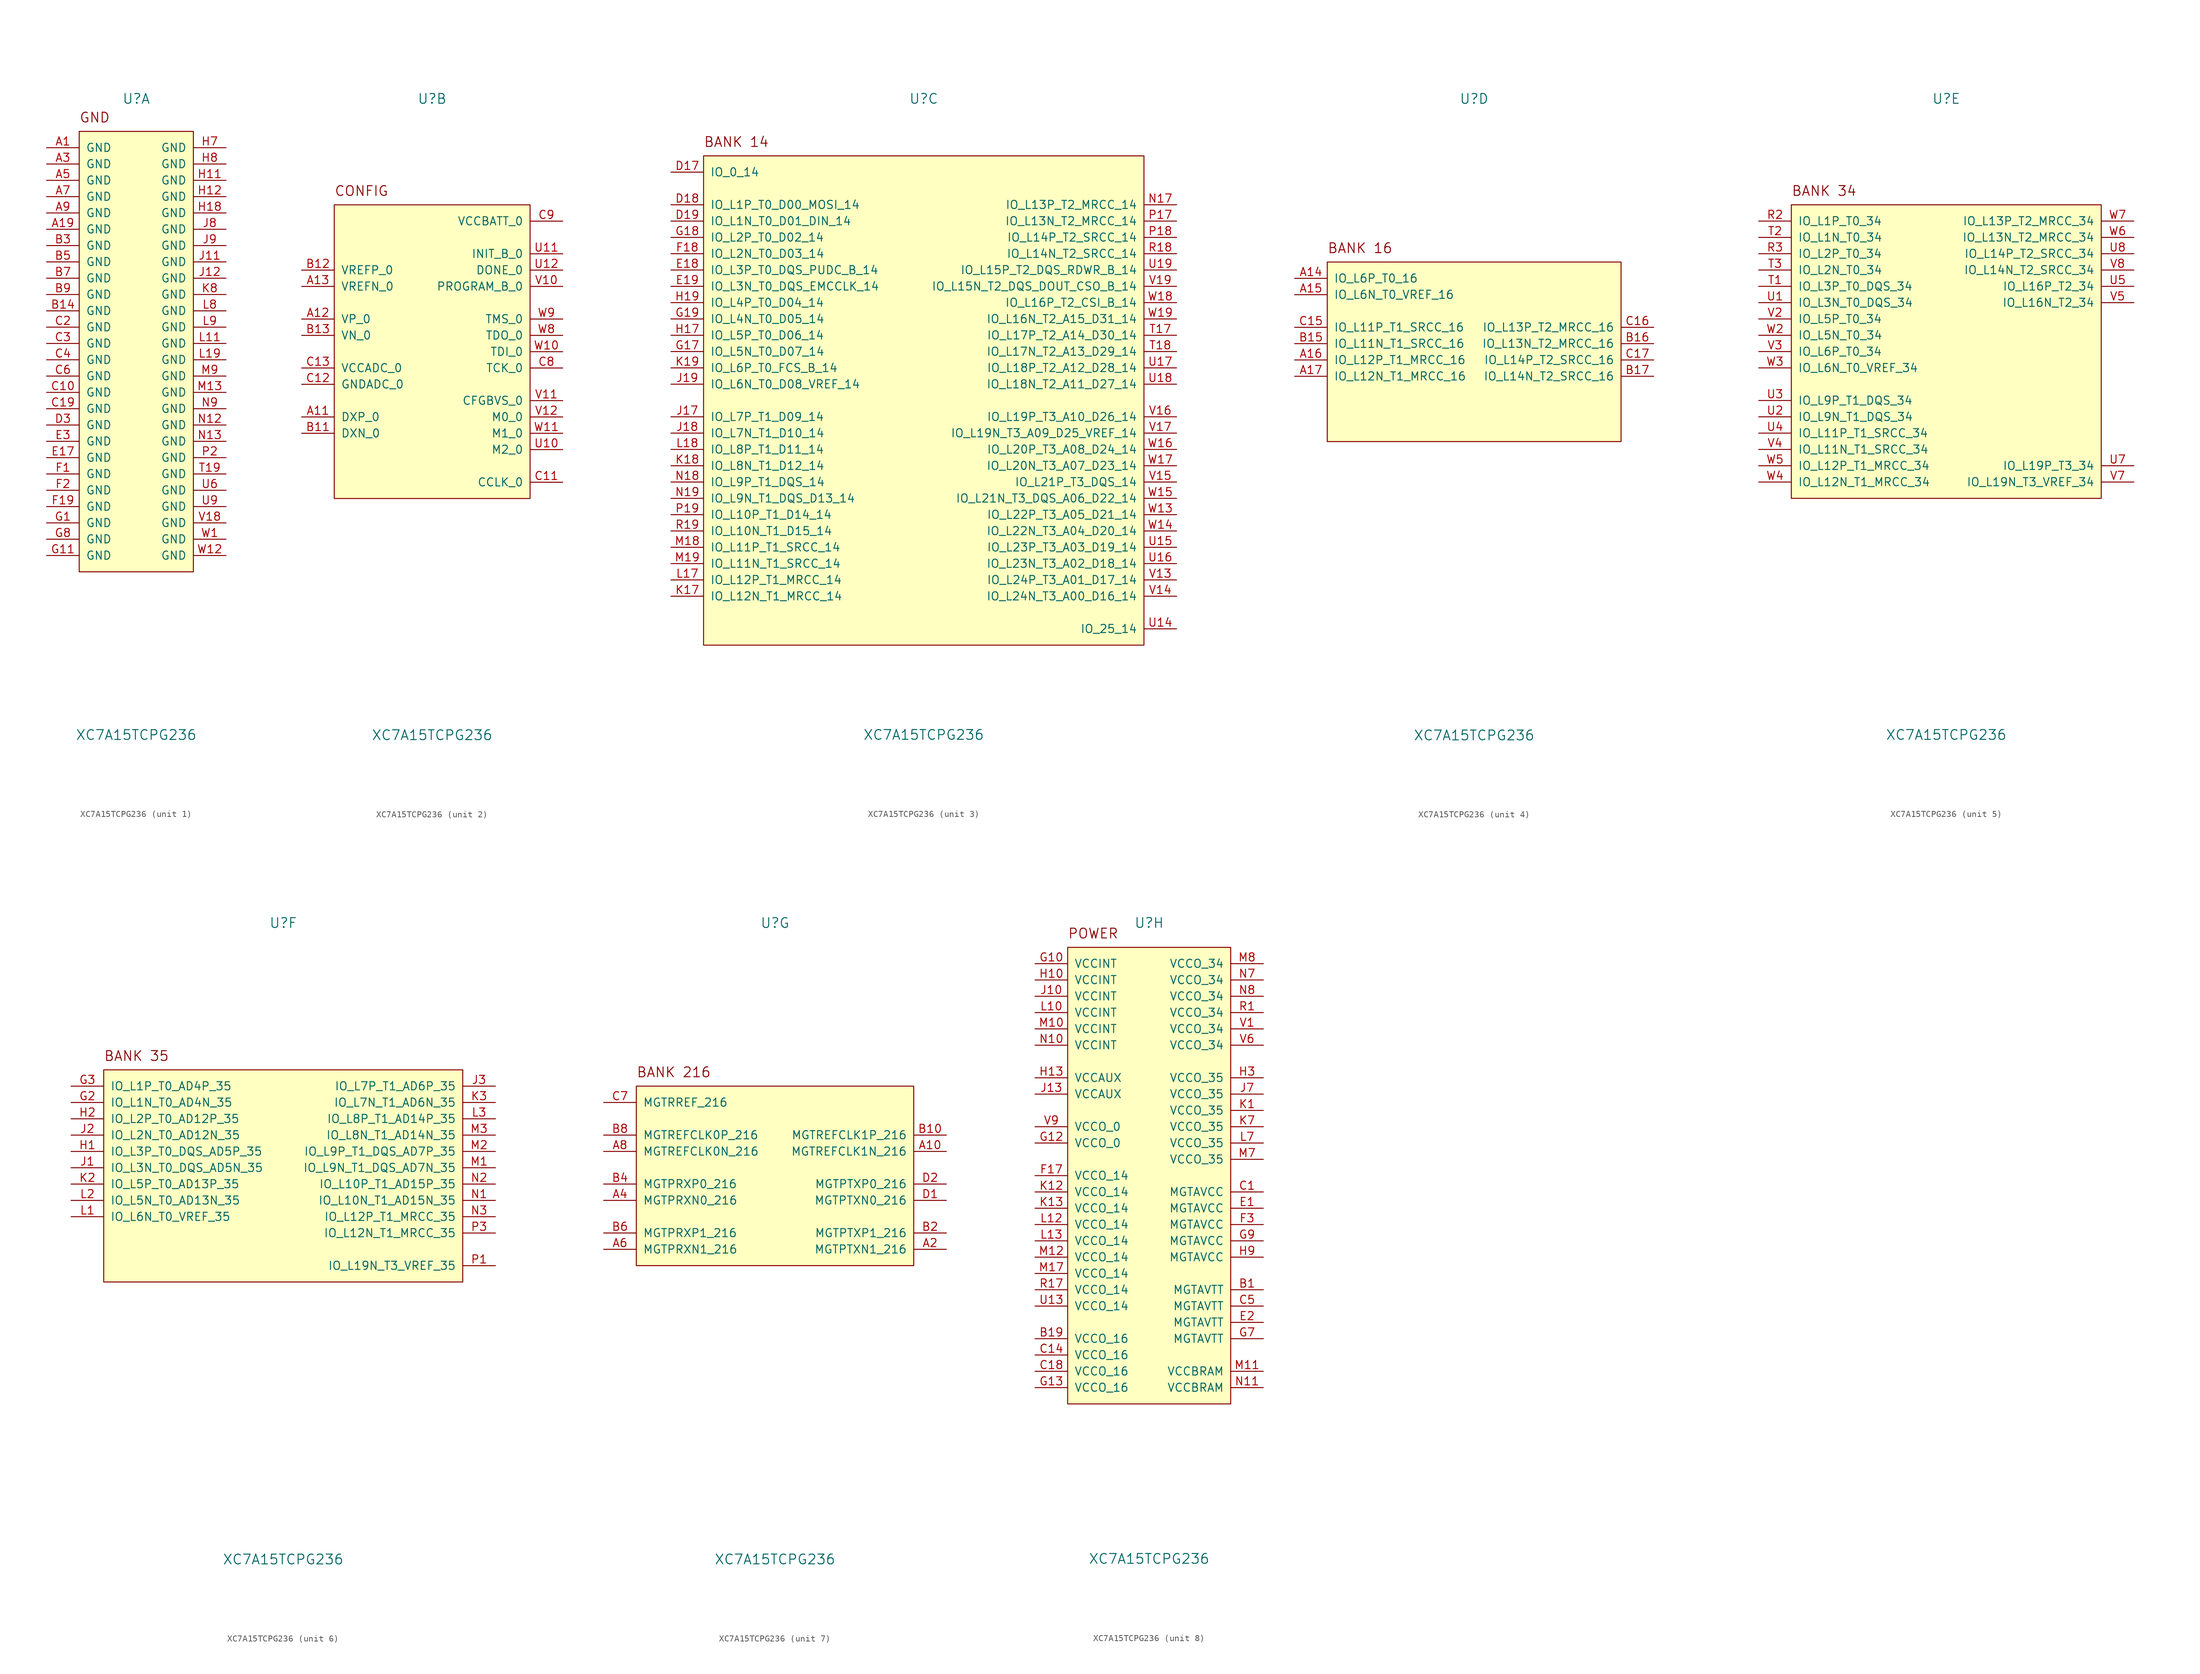
<source format=kicad_sym>
(kicad_symbol_lib
  (version 20211014)
  (generator kicad_symbol_editor)
  (symbol "XC7A15TCPG236"
    (pin_names
      (offset 1.016))
    (property "Reference" "U"
      (at 0 39.37 0)
      (effects (font (size 1.524 1.524))))
    (property "Value" "XC7A15TCPG236"
      (at 0 -59.69 0)
      (effects (font (size 1.524 1.524))))
    (property "ki_locked" ""
      (at 0 0 0)
      (effects (font (size 1.27 1.27))))
    (symbol "XC7A15TCPG236_1_1"
      (rectangle (start -8.89 34.29) (end 8.89 -34.29) (stroke (width 0) (type default) (color 0 0 0 0)) (fill (type background)))
      (text "GND" (at -8.89 35.56 0) (effects (font (size 1.524 1.524)) (justify left bottom)))
      (pin input line (at -13.97 31.75 0) (length 5.08) (name "GND" (effects (font (size 1.27 1.27)))) (number "A1" (effects (font (size 1.27 1.27)))))
      (pin input line (at -13.97 19.05 0) (length 5.08) (name "GND" (effects (font (size 1.27 1.27)))) (number "A19" (effects (font (size 1.27 1.27)))))
      (pin input line (at -13.97 29.21 0) (length 5.08) (name "GND" (effects (font (size 1.27 1.27)))) (number "A3" (effects (font (size 1.27 1.27)))))
      (pin input line (at -13.97 26.67 0) (length 5.08) (name "GND" (effects (font (size 1.27 1.27)))) (number "A5" (effects (font (size 1.27 1.27)))))
      (pin input line (at -13.97 24.13 0) (length 5.08) (name "GND" (effects (font (size 1.27 1.27)))) (number "A7" (effects (font (size 1.27 1.27)))))
      (pin input line (at -13.97 21.59 0) (length 5.08) (name "GND" (effects (font (size 1.27 1.27)))) (number "A9" (effects (font (size 1.27 1.27)))))
      (pin input line (at -13.97 6.35 0) (length 5.08) (name "GND" (effects (font (size 1.27 1.27)))) (number "B14" (effects (font (size 1.27 1.27)))))
      (pin input line (at -13.97 16.51 0) (length 5.08) (name "GND" (effects (font (size 1.27 1.27)))) (number "B3" (effects (font (size 1.27 1.27)))))
      (pin input line (at -13.97 13.97 0) (length 5.08) (name "GND" (effects (font (size 1.27 1.27)))) (number "B5" (effects (font (size 1.27 1.27)))))
      (pin input line (at -13.97 11.43 0) (length 5.08) (name "GND" (effects (font (size 1.27 1.27)))) (number "B7" (effects (font (size 1.27 1.27)))))
      (pin input line (at -13.97 8.89 0) (length 5.08) (name "GND" (effects (font (size 1.27 1.27)))) (number "B9" (effects (font (size 1.27 1.27)))))
      (pin input line (at -13.97 -6.35 0) (length 5.08) (name "GND" (effects (font (size 1.27 1.27)))) (number "C10" (effects (font (size 1.27 1.27)))))
      (pin input line (at -13.97 -8.89 0) (length 5.08) (name "GND" (effects (font (size 1.27 1.27)))) (number "C19" (effects (font (size 1.27 1.27)))))
      (pin input line (at -13.97 3.81 0) (length 5.08) (name "GND" (effects (font (size 1.27 1.27)))) (number "C2" (effects (font (size 1.27 1.27)))))
      (pin input line (at -13.97 1.27 0) (length 5.08) (name "GND" (effects (font (size 1.27 1.27)))) (number "C3" (effects (font (size 1.27 1.27)))))
      (pin input line (at -13.97 -1.27 0) (length 5.08) (name "GND" (effects (font (size 1.27 1.27)))) (number "C4" (effects (font (size 1.27 1.27)))))
      (pin input line (at -13.97 -3.81 0) (length 5.08) (name "GND" (effects (font (size 1.27 1.27)))) (number "C6" (effects (font (size 1.27 1.27)))))
      (pin input line (at -13.97 -11.43 0) (length 5.08) (name "GND" (effects (font (size 1.27 1.27)))) (number "D3" (effects (font (size 1.27 1.27)))))
      (pin input line (at -13.97 -16.51 0) (length 5.08) (name "GND" (effects (font (size 1.27 1.27)))) (number "E17" (effects (font (size 1.27 1.27)))))
      (pin input line (at -13.97 -13.97 0) (length 5.08) (name "GND" (effects (font (size 1.27 1.27)))) (number "E3" (effects (font (size 1.27 1.27)))))
      (pin input line (at -13.97 -19.05 0) (length 5.08) (name "GND" (effects (font (size 1.27 1.27)))) (number "F1" (effects (font (size 1.27 1.27)))))
      (pin input line (at -13.97 -24.13 0) (length 5.08) (name "GND" (effects (font (size 1.27 1.27)))) (number "F19" (effects (font (size 1.27 1.27)))))
      (pin input line (at -13.97 -21.59 0) (length 5.08) (name "GND" (effects (font (size 1.27 1.27)))) (number "F2" (effects (font (size 1.27 1.27)))))
      (pin input line (at -13.97 -26.67 0) (length 5.08) (name "GND" (effects (font (size 1.27 1.27)))) (number "G1" (effects (font (size 1.27 1.27)))))
      (pin input line (at -13.97 -31.75 0) (length 5.08) (name "GND" (effects (font (size 1.27 1.27)))) (number "G11" (effects (font (size 1.27 1.27)))))
      (pin input line (at -13.97 -29.21 0) (length 5.08) (name "GND" (effects (font (size 1.27 1.27)))) (number "G8" (effects (font (size 1.27 1.27)))))
      (pin input line (at 13.97 26.67 180) (length 5.08) (name "GND" (effects (font (size 1.27 1.27)))) (number "H11" (effects (font (size 1.27 1.27)))))
      (pin input line (at 13.97 24.13 180) (length 5.08) (name "GND" (effects (font (size 1.27 1.27)))) (number "H12" (effects (font (size 1.27 1.27)))))
      (pin input line (at 13.97 21.59 180) (length 5.08) (name "GND" (effects (font (size 1.27 1.27)))) (number "H18" (effects (font (size 1.27 1.27)))))
      (pin input line (at 13.97 31.75 180) (length 5.08) (name "GND" (effects (font (size 1.27 1.27)))) (number "H7" (effects (font (size 1.27 1.27)))))
      (pin input line (at 13.97 29.21 180) (length 5.08) (name "GND" (effects (font (size 1.27 1.27)))) (number "H8" (effects (font (size 1.27 1.27)))))
      (pin input line (at 13.97 13.97 180) (length 5.08) (name "GND" (effects (font (size 1.27 1.27)))) (number "J11" (effects (font (size 1.27 1.27)))))
      (pin input line (at 13.97 11.43 180) (length 5.08) (name "GND" (effects (font (size 1.27 1.27)))) (number "J12" (effects (font (size 1.27 1.27)))))
      (pin input line (at 13.97 19.05 180) (length 5.08) (name "GND" (effects (font (size 1.27 1.27)))) (number "J8" (effects (font (size 1.27 1.27)))))
      (pin input line (at 13.97 16.51 180) (length 5.08) (name "GND" (effects (font (size 1.27 1.27)))) (number "J9" (effects (font (size 1.27 1.27)))))
      (pin input line (at 13.97 8.89 180) (length 5.08) (name "GND" (effects (font (size 1.27 1.27)))) (number "K8" (effects (font (size 1.27 1.27)))))
      (pin input line (at 13.97 1.27 180) (length 5.08) (name "GND" (effects (font (size 1.27 1.27)))) (number "L11" (effects (font (size 1.27 1.27)))))
      (pin input line (at 13.97 -1.27 180) (length 5.08) (name "GND" (effects (font (size 1.27 1.27)))) (number "L19" (effects (font (size 1.27 1.27)))))
      (pin input line (at 13.97 6.35 180) (length 5.08) (name "GND" (effects (font (size 1.27 1.27)))) (number "L8" (effects (font (size 1.27 1.27)))))
      (pin input line (at 13.97 3.81 180) (length 5.08) (name "GND" (effects (font (size 1.27 1.27)))) (number "L9" (effects (font (size 1.27 1.27)))))
      (pin input line (at 13.97 -6.35 180) (length 5.08) (name "GND" (effects (font (size 1.27 1.27)))) (number "M13" (effects (font (size 1.27 1.27)))))
      (pin input line (at 13.97 -3.81 180) (length 5.08) (name "GND" (effects (font (size 1.27 1.27)))) (number "M9" (effects (font (size 1.27 1.27)))))
      (pin input line (at 13.97 -11.43 180) (length 5.08) (name "GND" (effects (font (size 1.27 1.27)))) (number "N12" (effects (font (size 1.27 1.27)))))
      (pin input line (at 13.97 -13.97 180) (length 5.08) (name "GND" (effects (font (size 1.27 1.27)))) (number "N13" (effects (font (size 1.27 1.27)))))
      (pin input line (at 13.97 -8.89 180) (length 5.08) (name "GND" (effects (font (size 1.27 1.27)))) (number "N9" (effects (font (size 1.27 1.27)))))
      (pin input line (at 13.97 -16.51 180) (length 5.08) (name "GND" (effects (font (size 1.27 1.27)))) (number "P2" (effects (font (size 1.27 1.27)))))
      (pin input line (at 13.97 -19.05 180) (length 5.08) (name "GND" (effects (font (size 1.27 1.27)))) (number "T19" (effects (font (size 1.27 1.27)))))
      (pin input line (at 13.97 -21.59 180) (length 5.08) (name "GND" (effects (font (size 1.27 1.27)))) (number "U6" (effects (font (size 1.27 1.27)))))
      (pin input line (at 13.97 -24.13 180) (length 5.08) (name "GND" (effects (font (size 1.27 1.27)))) (number "U9" (effects (font (size 1.27 1.27)))))
      (pin input line (at 13.97 -26.67 180) (length 5.08) (name "GND" (effects (font (size 1.27 1.27)))) (number "V18" (effects (font (size 1.27 1.27)))))
      (pin input line (at 13.97 -29.21 180) (length 5.08) (name "GND" (effects (font (size 1.27 1.27)))) (number "W1" (effects (font (size 1.27 1.27)))))
      (pin input line (at 13.97 -31.75 180) (length 5.08) (name "GND" (effects (font (size 1.27 1.27)))) (number "W12" (effects (font (size 1.27 1.27))))))
    (symbol "XC7A15TCPG236_2_1"
      (rectangle (start 15.24 22.86) (end -15.24 -22.86) (stroke (width 0) (type default) (color 0 0 0 0)) (fill (type background)))
      (text "CONFIG" (at -15.24 24.13 0) (effects (font (size 1.524 1.524)) (justify left bottom)))
      (pin input line (at -20.32 -10.16 0) (length 5.08) (name "DXP_0" (effects (font (size 1.27 1.27)))) (number "A11" (effects (font (size 1.27 1.27)))))
      (pin input line (at -20.32 5.08 0) (length 5.08) (name "VP_0" (effects (font (size 1.27 1.27)))) (number "A12" (effects (font (size 1.27 1.27)))))
      (pin input line (at -20.32 10.16 0) (length 5.08) (name "VREFN_0" (effects (font (size 1.27 1.27)))) (number "A13" (effects (font (size 1.27 1.27)))))
      (pin input line (at -20.32 -12.7 0) (length 5.08) (name "DXN_0" (effects (font (size 1.27 1.27)))) (number "B11" (effects (font (size 1.27 1.27)))))
      (pin input line (at -20.32 12.7 0) (length 5.08) (name "VREFP_0" (effects (font (size 1.27 1.27)))) (number "B12" (effects (font (size 1.27 1.27)))))
      (pin input line (at -20.32 2.54 0) (length 5.08) (name "VN_0" (effects (font (size 1.27 1.27)))) (number "B13" (effects (font (size 1.27 1.27)))))
      (pin input line (at 20.32 -20.32 180) (length 5.08) (name "CCLK_0" (effects (font (size 1.27 1.27)))) (number "C11" (effects (font (size 1.27 1.27)))))
      (pin input line (at -20.32 -5.08 0) (length 5.08) (name "GNDADC_0" (effects (font (size 1.27 1.27)))) (number "C12" (effects (font (size 1.27 1.27)))))
      (pin input line (at -20.32 -2.54 0) (length 5.08) (name "VCCADC_0" (effects (font (size 1.27 1.27)))) (number "C13" (effects (font (size 1.27 1.27)))))
      (pin input line (at 20.32 -2.54 180) (length 5.08) (name "TCK_0" (effects (font (size 1.27 1.27)))) (number "C8" (effects (font (size 1.27 1.27)))))
      (pin input line (at 20.32 20.32 180) (length 5.08) (name "VCCBATT_0" (effects (font (size 1.27 1.27)))) (number "C9" (effects (font (size 1.27 1.27)))))
      (pin input line (at 20.32 -15.24 180) (length 5.08) (name "M2_0" (effects (font (size 1.27 1.27)))) (number "U10" (effects (font (size 1.27 1.27)))))
      (pin input line (at 20.32 15.24 180) (length 5.08) (name "INIT_B_0" (effects (font (size 1.27 1.27)))) (number "U11" (effects (font (size 1.27 1.27)))))
      (pin input line (at 20.32 12.7 180) (length 5.08) (name "DONE_0" (effects (font (size 1.27 1.27)))) (number "U12" (effects (font (size 1.27 1.27)))))
      (pin input line (at 20.32 10.16 180) (length 5.08) (name "PROGRAM_B_0" (effects (font (size 1.27 1.27)))) (number "V10" (effects (font (size 1.27 1.27)))))
      (pin input line (at 20.32 -7.62 180) (length 5.08) (name "CFGBVS_0" (effects (font (size 1.27 1.27)))) (number "V11" (effects (font (size 1.27 1.27)))))
      (pin input line (at 20.32 -10.16 180) (length 5.08) (name "M0_0" (effects (font (size 1.27 1.27)))) (number "V12" (effects (font (size 1.27 1.27)))))
      (pin input line (at 20.32 0 180) (length 5.08) (name "TDI_0" (effects (font (size 1.27 1.27)))) (number "W10" (effects (font (size 1.27 1.27)))))
      (pin input line (at 20.32 -12.7 180) (length 5.08) (name "M1_0" (effects (font (size 1.27 1.27)))) (number "W11" (effects (font (size 1.27 1.27)))))
      (pin input line (at 20.32 2.54 180) (length 5.08) (name "TDO_0" (effects (font (size 1.27 1.27)))) (number "W8" (effects (font (size 1.27 1.27)))))
      (pin input line (at 20.32 5.08 180) (length 5.08) (name "TMS_0" (effects (font (size 1.27 1.27)))) (number "W9" (effects (font (size 1.27 1.27))))))
    (symbol "XC7A15TCPG236_3_1"
      (rectangle (start -34.29 30.48) (end 34.29 -45.72) (stroke (width 0) (type default) (color 0 0 0 0)) (fill (type background)))
      (text "BANK 14" (at -34.29 31.75 0) (effects (font (size 1.524 1.524)) (justify left bottom)))
      (pin input line (at -39.37 27.94 0) (length 5.08) (name "IO_0_14" (effects (font (size 1.27 1.27)))) (number "D17" (effects (font (size 1.27 1.27)))))
      (pin input line (at -39.37 22.86 0) (length 5.08) (name "IO_L1P_T0_D00_MOSI_14" (effects (font (size 1.27 1.27)))) (number "D18" (effects (font (size 1.27 1.27)))))
      (pin input line (at -39.37 20.32 0) (length 5.08) (name "IO_L1N_T0_D01_DIN_14" (effects (font (size 1.27 1.27)))) (number "D19" (effects (font (size 1.27 1.27)))))
      (pin input line (at -39.37 12.7 0) (length 5.08) (name "IO_L3P_T0_DQS_PUDC_B_14" (effects (font (size 1.27 1.27)))) (number "E18" (effects (font (size 1.27 1.27)))))
      (pin input line (at -39.37 10.16 0) (length 5.08) (name "IO_L3N_T0_DQS_EMCCLK_14" (effects (font (size 1.27 1.27)))) (number "E19" (effects (font (size 1.27 1.27)))))
      (pin input line (at -39.37 15.24 0) (length 5.08) (name "IO_L2N_T0_D03_14" (effects (font (size 1.27 1.27)))) (number "F18" (effects (font (size 1.27 1.27)))))
      (pin input line (at -39.37 0 0) (length 5.08) (name "IO_L5N_T0_D07_14" (effects (font (size 1.27 1.27)))) (number "G17" (effects (font (size 1.27 1.27)))))
      (pin input line (at -39.37 17.78 0) (length 5.08) (name "IO_L2P_T0_D02_14" (effects (font (size 1.27 1.27)))) (number "G18" (effects (font (size 1.27 1.27)))))
      (pin input line (at -39.37 5.08 0) (length 5.08) (name "IO_L4N_T0_D05_14" (effects (font (size 1.27 1.27)))) (number "G19" (effects (font (size 1.27 1.27)))))
      (pin input line (at -39.37 2.54 0) (length 5.08) (name "IO_L5P_T0_D06_14" (effects (font (size 1.27 1.27)))) (number "H17" (effects (font (size 1.27 1.27)))))
      (pin input line (at -39.37 7.62 0) (length 5.08) (name "IO_L4P_T0_D04_14" (effects (font (size 1.27 1.27)))) (number "H19" (effects (font (size 1.27 1.27)))))
      (pin input line (at -39.37 -10.16 0) (length 5.08) (name "IO_L7P_T1_D09_14" (effects (font (size 1.27 1.27)))) (number "J17" (effects (font (size 1.27 1.27)))))
      (pin input line (at -39.37 -12.7 0) (length 5.08) (name "IO_L7N_T1_D10_14" (effects (font (size 1.27 1.27)))) (number "J18" (effects (font (size 1.27 1.27)))))
      (pin input line (at -39.37 -5.08 0) (length 5.08) (name "IO_L6N_T0_D08_VREF_14" (effects (font (size 1.27 1.27)))) (number "J19" (effects (font (size 1.27 1.27)))))
      (pin input line (at -39.37 -38.1 0) (length 5.08) (name "IO_L12N_T1_MRCC_14" (effects (font (size 1.27 1.27)))) (number "K17" (effects (font (size 1.27 1.27)))))
      (pin input line (at -39.37 -17.78 0) (length 5.08) (name "IO_L8N_T1_D12_14" (effects (font (size 1.27 1.27)))) (number "K18" (effects (font (size 1.27 1.27)))))
      (pin input line (at -39.37 -2.54 0) (length 5.08) (name "IO_L6P_T0_FCS_B_14" (effects (font (size 1.27 1.27)))) (number "K19" (effects (font (size 1.27 1.27)))))
      (pin input line (at -39.37 -35.56 0) (length 5.08) (name "IO_L12P_T1_MRCC_14" (effects (font (size 1.27 1.27)))) (number "L17" (effects (font (size 1.27 1.27)))))
      (pin input line (at -39.37 -15.24 0) (length 5.08) (name "IO_L8P_T1_D11_14" (effects (font (size 1.27 1.27)))) (number "L18" (effects (font (size 1.27 1.27)))))
      (pin input line (at -39.37 -30.48 0) (length 5.08) (name "IO_L11P_T1_SRCC_14" (effects (font (size 1.27 1.27)))) (number "M18" (effects (font (size 1.27 1.27)))))
      (pin input line (at -39.37 -33.02 0) (length 5.08) (name "IO_L11N_T1_SRCC_14" (effects (font (size 1.27 1.27)))) (number "M19" (effects (font (size 1.27 1.27)))))
      (pin input line (at 39.37 22.86 180) (length 5.08) (name "IO_L13P_T2_MRCC_14" (effects (font (size 1.27 1.27)))) (number "N17" (effects (font (size 1.27 1.27)))))
      (pin input line (at -39.37 -20.32 0) (length 5.08) (name "IO_L9P_T1_DQS_14" (effects (font (size 1.27 1.27)))) (number "N18" (effects (font (size 1.27 1.27)))))
      (pin input line (at -39.37 -22.86 0) (length 5.08) (name "IO_L9N_T1_DQS_D13_14" (effects (font (size 1.27 1.27)))) (number "N19" (effects (font (size 1.27 1.27)))))
      (pin input line (at 39.37 20.32 180) (length 5.08) (name "IO_L13N_T2_MRCC_14" (effects (font (size 1.27 1.27)))) (number "P17" (effects (font (size 1.27 1.27)))))
      (pin input line (at 39.37 17.78 180) (length 5.08) (name "IO_L14P_T2_SRCC_14" (effects (font (size 1.27 1.27)))) (number "P18" (effects (font (size 1.27 1.27)))))
      (pin input line (at -39.37 -25.4 0) (length 5.08) (name "IO_L10P_T1_D14_14" (effects (font (size 1.27 1.27)))) (number "P19" (effects (font (size 1.27 1.27)))))
      (pin input line (at 39.37 15.24 180) (length 5.08) (name "IO_L14N_T2_SRCC_14" (effects (font (size 1.27 1.27)))) (number "R18" (effects (font (size 1.27 1.27)))))
      (pin input line (at -39.37 -27.94 0) (length 5.08) (name "IO_L10N_T1_D15_14" (effects (font (size 1.27 1.27)))) (number "R19" (effects (font (size 1.27 1.27)))))
      (pin input line (at 39.37 2.54 180) (length 5.08) (name "IO_L17P_T2_A14_D30_14" (effects (font (size 1.27 1.27)))) (number "T17" (effects (font (size 1.27 1.27)))))
      (pin input line (at 39.37 0 180) (length 5.08) (name "IO_L17N_T2_A13_D29_14" (effects (font (size 1.27 1.27)))) (number "T18" (effects (font (size 1.27 1.27)))))
      (pin input line (at 39.37 -43.18 180) (length 5.08) (name "IO_25_14" (effects (font (size 1.27 1.27)))) (number "U14" (effects (font (size 1.27 1.27)))))
      (pin input line (at 39.37 -30.48 180) (length 5.08) (name "IO_L23P_T3_A03_D19_14" (effects (font (size 1.27 1.27)))) (number "U15" (effects (font (size 1.27 1.27)))))
      (pin input line (at 39.37 -33.02 180) (length 5.08) (name "IO_L23N_T3_A02_D18_14" (effects (font (size 1.27 1.27)))) (number "U16" (effects (font (size 1.27 1.27)))))
      (pin input line (at 39.37 -2.54 180) (length 5.08) (name "IO_L18P_T2_A12_D28_14" (effects (font (size 1.27 1.27)))) (number "U17" (effects (font (size 1.27 1.27)))))
      (pin input line (at 39.37 -5.08 180) (length 5.08) (name "IO_L18N_T2_A11_D27_14" (effects (font (size 1.27 1.27)))) (number "U18" (effects (font (size 1.27 1.27)))))
      (pin input line (at 39.37 12.7 180) (length 5.08) (name "IO_L15P_T2_DQS_RDWR_B_14" (effects (font (size 1.27 1.27)))) (number "U19" (effects (font (size 1.27 1.27)))))
      (pin input line (at 39.37 -35.56 180) (length 5.08) (name "IO_L24P_T3_A01_D17_14" (effects (font (size 1.27 1.27)))) (number "V13" (effects (font (size 1.27 1.27)))))
      (pin input line (at 39.37 -38.1 180) (length 5.08) (name "IO_L24N_T3_A00_D16_14" (effects (font (size 1.27 1.27)))) (number "V14" (effects (font (size 1.27 1.27)))))
      (pin input line (at 39.37 -20.32 180) (length 5.08) (name "IO_L21P_T3_DQS_14" (effects (font (size 1.27 1.27)))) (number "V15" (effects (font (size 1.27 1.27)))))
      (pin input line (at 39.37 -10.16 180) (length 5.08) (name "IO_L19P_T3_A10_D26_14" (effects (font (size 1.27 1.27)))) (number "V16" (effects (font (size 1.27 1.27)))))
      (pin input line (at 39.37 -12.7 180) (length 5.08) (name "IO_L19N_T3_A09_D25_VREF_14" (effects (font (size 1.27 1.27)))) (number "V17" (effects (font (size 1.27 1.27)))))
      (pin input line (at 39.37 10.16 180) (length 5.08) (name "IO_L15N_T2_DQS_DOUT_CSO_B_14" (effects (font (size 1.27 1.27)))) (number "V19" (effects (font (size 1.27 1.27)))))
      (pin input line (at 39.37 -25.4 180) (length 5.08) (name "IO_L22P_T3_A05_D21_14" (effects (font (size 1.27 1.27)))) (number "W13" (effects (font (size 1.27 1.27)))))
      (pin input line (at 39.37 -27.94 180) (length 5.08) (name "IO_L22N_T3_A04_D20_14" (effects (font (size 1.27 1.27)))) (number "W14" (effects (font (size 1.27 1.27)))))
      (pin input line (at 39.37 -22.86 180) (length 5.08) (name "IO_L21N_T3_DQS_A06_D22_14" (effects (font (size 1.27 1.27)))) (number "W15" (effects (font (size 1.27 1.27)))))
      (pin input line (at 39.37 -15.24 180) (length 5.08) (name "IO_L20P_T3_A08_D24_14" (effects (font (size 1.27 1.27)))) (number "W16" (effects (font (size 1.27 1.27)))))
      (pin input line (at 39.37 -17.78 180) (length 5.08) (name "IO_L20N_T3_A07_D23_14" (effects (font (size 1.27 1.27)))) (number "W17" (effects (font (size 1.27 1.27)))))
      (pin input line (at 39.37 7.62 180) (length 5.08) (name "IO_L16P_T2_CSI_B_14" (effects (font (size 1.27 1.27)))) (number "W18" (effects (font (size 1.27 1.27)))))
      (pin input line (at 39.37 5.08 180) (length 5.08) (name "IO_L16N_T2_A15_D31_14" (effects (font (size 1.27 1.27)))) (number "W19" (effects (font (size 1.27 1.27))))))
    (symbol "XC7A15TCPG236_4_1"
      (rectangle (start -22.86 13.97) (end 22.86 -13.97) (stroke (width 0) (type default) (color 0 0 0 0)) (fill (type background)))
      (text "BANK 16" (at -22.86 15.24 0) (effects (font (size 1.524 1.524)) (justify left bottom)))
      (pin input line (at -27.94 11.43 0) (length 5.08) (name "IO_L6P_T0_16" (effects (font (size 1.27 1.27)))) (number "A14" (effects (font (size 1.27 1.27)))))
      (pin input line (at -27.94 8.89 0) (length 5.08) (name "IO_L6N_T0_VREF_16" (effects (font (size 1.27 1.27)))) (number "A15" (effects (font (size 1.27 1.27)))))
      (pin input line (at -27.94 -1.27 0) (length 5.08) (name "IO_L12P_T1_MRCC_16" (effects (font (size 1.27 1.27)))) (number "A16" (effects (font (size 1.27 1.27)))))
      (pin input line (at -27.94 -3.81 0) (length 5.08) (name "IO_L12N_T1_MRCC_16" (effects (font (size 1.27 1.27)))) (number "A17" (effects (font (size 1.27 1.27)))))
      (pin input line (at -27.94 1.27 0) (length 5.08) (name "IO_L11N_T1_SRCC_16" (effects (font (size 1.27 1.27)))) (number "B15" (effects (font (size 1.27 1.27)))))
      (pin input line (at 27.94 1.27 180) (length 5.08) (name "IO_L13N_T2_MRCC_16" (effects (font (size 1.27 1.27)))) (number "B16" (effects (font (size 1.27 1.27)))))
      (pin input line (at 27.94 -3.81 180) (length 5.08) (name "IO_L14N_T2_SRCC_16" (effects (font (size 1.27 1.27)))) (number "B17" (effects (font (size 1.27 1.27)))))
      (pin input line (at -27.94 3.81 0) (length 5.08) (name "IO_L11P_T1_SRCC_16" (effects (font (size 1.27 1.27)))) (number "C15" (effects (font (size 1.27 1.27)))))
      (pin input line (at 27.94 3.81 180) (length 5.08) (name "IO_L13P_T2_MRCC_16" (effects (font (size 1.27 1.27)))) (number "C16" (effects (font (size 1.27 1.27)))))
      (pin input line (at 27.94 -1.27 180) (length 5.08) (name "IO_L14P_T2_SRCC_16" (effects (font (size 1.27 1.27)))) (number "C17" (effects (font (size 1.27 1.27))))))
    (symbol "XC7A15TCPG236_5_0"
      (rectangle (start -24.13 22.86) (end 24.13 -22.86) (stroke (width 0) (type default) (color 0 0 0 0)) (fill (type background))))
    (symbol "XC7A15TCPG236_5_1"
      (text "BANK 34" (at -24.13 24.13 0) (effects (font (size 1.524 1.524)) (justify left bottom)))
      (pin input line (at -29.21 20.32 0) (length 5.08) (name "IO_L1P_T0_34" (effects (font (size 1.27 1.27)))) (number "R2" (effects (font (size 1.27 1.27)))))
      (pin input line (at -29.21 15.24 0) (length 5.08) (name "IO_L2P_T0_34" (effects (font (size 1.27 1.27)))) (number "R3" (effects (font (size 1.27 1.27)))))
      (pin input line (at -29.21 10.16 0) (length 5.08) (name "IO_L3P_T0_DQS_34" (effects (font (size 1.27 1.27)))) (number "T1" (effects (font (size 1.27 1.27)))))
      (pin input line (at -29.21 17.78 0) (length 5.08) (name "IO_L1N_T0_34" (effects (font (size 1.27 1.27)))) (number "T2" (effects (font (size 1.27 1.27)))))
      (pin input line (at -29.21 12.7 0) (length 5.08) (name "IO_L2N_T0_34" (effects (font (size 1.27 1.27)))) (number "T3" (effects (font (size 1.27 1.27)))))
      (pin input line (at -29.21 7.62 0) (length 5.08) (name "IO_L3N_T0_DQS_34" (effects (font (size 1.27 1.27)))) (number "U1" (effects (font (size 1.27 1.27)))))
      (pin input line (at -29.21 -10.16 0) (length 5.08) (name "IO_L9N_T1_DQS_34" (effects (font (size 1.27 1.27)))) (number "U2" (effects (font (size 1.27 1.27)))))
      (pin input line (at -29.21 -7.62 0) (length 5.08) (name "IO_L9P_T1_DQS_34" (effects (font (size 1.27 1.27)))) (number "U3" (effects (font (size 1.27 1.27)))))
      (pin input line (at -29.21 -12.7 0) (length 5.08) (name "IO_L11P_T1_SRCC_34" (effects (font (size 1.27 1.27)))) (number "U4" (effects (font (size 1.27 1.27)))))
      (pin input line (at 29.21 10.16 180) (length 5.08) (name "IO_L16P_T2_34" (effects (font (size 1.27 1.27)))) (number "U5" (effects (font (size 1.27 1.27)))))
      (pin input line (at 29.21 -17.78 180) (length 5.08) (name "IO_L19P_T3_34" (effects (font (size 1.27 1.27)))) (number "U7" (effects (font (size 1.27 1.27)))))
      (pin input line (at 29.21 15.24 180) (length 5.08) (name "IO_L14P_T2_SRCC_34" (effects (font (size 1.27 1.27)))) (number "U8" (effects (font (size 1.27 1.27)))))
      (pin input line (at -29.21 5.08 0) (length 5.08) (name "IO_L5P_T0_34" (effects (font (size 1.27 1.27)))) (number "V2" (effects (font (size 1.27 1.27)))))
      (pin input line (at -29.21 0 0) (length 5.08) (name "IO_L6P_T0_34" (effects (font (size 1.27 1.27)))) (number "V3" (effects (font (size 1.27 1.27)))))
      (pin input line (at -29.21 -15.24 0) (length 5.08) (name "IO_L11N_T1_SRCC_34" (effects (font (size 1.27 1.27)))) (number "V4" (effects (font (size 1.27 1.27)))))
      (pin input line (at 29.21 7.62 180) (length 5.08) (name "IO_L16N_T2_34" (effects (font (size 1.27 1.27)))) (number "V5" (effects (font (size 1.27 1.27)))))
      (pin input line (at 29.21 -20.32 180) (length 5.08) (name "IO_L19N_T3_VREF_34" (effects (font (size 1.27 1.27)))) (number "V7" (effects (font (size 1.27 1.27)))))
      (pin input line (at 29.21 12.7 180) (length 5.08) (name "IO_L14N_T2_SRCC_34" (effects (font (size 1.27 1.27)))) (number "V8" (effects (font (size 1.27 1.27)))))
      (pin input line (at -29.21 2.54 0) (length 5.08) (name "IO_L5N_T0_34" (effects (font (size 1.27 1.27)))) (number "W2" (effects (font (size 1.27 1.27)))))
      (pin input line (at -29.21 -2.54 0) (length 5.08) (name "IO_L6N_T0_VREF_34" (effects (font (size 1.27 1.27)))) (number "W3" (effects (font (size 1.27 1.27)))))
      (pin input line (at -29.21 -20.32 0) (length 5.08) (name "IO_L12N_T1_MRCC_34" (effects (font (size 1.27 1.27)))) (number "W4" (effects (font (size 1.27 1.27)))))
      (pin input line (at -29.21 -17.78 0) (length 5.08) (name "IO_L12P_T1_MRCC_34" (effects (font (size 1.27 1.27)))) (number "W5" (effects (font (size 1.27 1.27)))))
      (pin input line (at 29.21 17.78 180) (length 5.08) (name "IO_L13N_T2_MRCC_34" (effects (font (size 1.27 1.27)))) (number "W6" (effects (font (size 1.27 1.27)))))
      (pin input line (at 29.21 20.32 180) (length 5.08) (name "IO_L13P_T2_MRCC_34" (effects (font (size 1.27 1.27)))) (number "W7" (effects (font (size 1.27 1.27))))))
    (symbol "XC7A15TCPG236_6_1"
      (rectangle (start -27.94 16.51) (end 27.94 -16.51) (stroke (width 0) (type default) (color 0 0 0 0)) (fill (type background)))
      (text "BANK 35" (at -27.94 17.78 0) (effects (font (size 1.524 1.524)) (justify left bottom)))
      (pin input line (at -33.02 11.43 0) (length 5.08) (name "IO_L1N_T0_AD4N_35" (effects (font (size 1.27 1.27)))) (number "G2" (effects (font (size 1.27 1.27)))))
      (pin input line (at -33.02 13.97 0) (length 5.08) (name "IO_L1P_T0_AD4P_35" (effects (font (size 1.27 1.27)))) (number "G3" (effects (font (size 1.27 1.27)))))
      (pin input line (at -33.02 3.81 0) (length 5.08) (name "IO_L3P_T0_DQS_AD5P_35" (effects (font (size 1.27 1.27)))) (number "H1" (effects (font (size 1.27 1.27)))))
      (pin input line (at -33.02 8.89 0) (length 5.08) (name "IO_L2P_T0_AD12P_35" (effects (font (size 1.27 1.27)))) (number "H2" (effects (font (size 1.27 1.27)))))
      (pin input line (at -33.02 1.27 0) (length 5.08) (name "IO_L3N_T0_DQS_AD5N_35" (effects (font (size 1.27 1.27)))) (number "J1" (effects (font (size 1.27 1.27)))))
      (pin input line (at -33.02 6.35 0) (length 5.08) (name "IO_L2N_T0_AD12N_35" (effects (font (size 1.27 1.27)))) (number "J2" (effects (font (size 1.27 1.27)))))
      (pin input line (at 33.02 13.97 180) (length 5.08) (name "IO_L7P_T1_AD6P_35" (effects (font (size 1.27 1.27)))) (number "J3" (effects (font (size 1.27 1.27)))))
      (pin input line (at -33.02 -1.27 0) (length 5.08) (name "IO_L5P_T0_AD13P_35" (effects (font (size 1.27 1.27)))) (number "K2" (effects (font (size 1.27 1.27)))))
      (pin input line (at 33.02 11.43 180) (length 5.08) (name "IO_L7N_T1_AD6N_35" (effects (font (size 1.27 1.27)))) (number "K3" (effects (font (size 1.27 1.27)))))
      (pin input line (at -33.02 -6.35 0) (length 5.08) (name "IO_L6N_T0_VREF_35" (effects (font (size 1.27 1.27)))) (number "L1" (effects (font (size 1.27 1.27)))))
      (pin input line (at -33.02 -3.81 0) (length 5.08) (name "IO_L5N_T0_AD13N_35" (effects (font (size 1.27 1.27)))) (number "L2" (effects (font (size 1.27 1.27)))))
      (pin input line (at 33.02 8.89 180) (length 5.08) (name "IO_L8P_T1_AD14P_35" (effects (font (size 1.27 1.27)))) (number "L3" (effects (font (size 1.27 1.27)))))
      (pin input line (at 33.02 1.27 180) (length 5.08) (name "IO_L9N_T1_DQS_AD7N_35" (effects (font (size 1.27 1.27)))) (number "M1" (effects (font (size 1.27 1.27)))))
      (pin input line (at 33.02 3.81 180) (length 5.08) (name "IO_L9P_T1_DQS_AD7P_35" (effects (font (size 1.27 1.27)))) (number "M2" (effects (font (size 1.27 1.27)))))
      (pin input line (at 33.02 6.35 180) (length 5.08) (name "IO_L8N_T1_AD14N_35" (effects (font (size 1.27 1.27)))) (number "M3" (effects (font (size 1.27 1.27)))))
      (pin input line (at 33.02 -3.81 180) (length 5.08) (name "IO_L10N_T1_AD15N_35" (effects (font (size 1.27 1.27)))) (number "N1" (effects (font (size 1.27 1.27)))))
      (pin input line (at 33.02 -1.27 180) (length 5.08) (name "IO_L10P_T1_AD15P_35" (effects (font (size 1.27 1.27)))) (number "N2" (effects (font (size 1.27 1.27)))))
      (pin input line (at 33.02 -6.35 180) (length 5.08) (name "IO_L12P_T1_MRCC_35" (effects (font (size 1.27 1.27)))) (number "N3" (effects (font (size 1.27 1.27)))))
      (pin input line (at 33.02 -13.97 180) (length 5.08) (name "IO_L19N_T3_VREF_35" (effects (font (size 1.27 1.27)))) (number "P1" (effects (font (size 1.27 1.27)))))
      (pin input line (at 33.02 -8.89 180) (length 5.08) (name "IO_L12N_T1_MRCC_35" (effects (font (size 1.27 1.27)))) (number "P3" (effects (font (size 1.27 1.27))))))
    (symbol "XC7A15TCPG236_7_1"
      (rectangle (start -21.59 13.97) (end 21.59 -13.97) (stroke (width 0) (type default) (color 0 0 0 0)) (fill (type background)))
      (text "BANK 216" (at -21.59 15.24 0) (effects (font (size 1.524 1.524)) (justify left bottom)))
      (pin input line (at 26.67 3.81 180) (length 5.08) (name "MGTREFCLK1N_216" (effects (font (size 1.27 1.27)))) (number "A10" (effects (font (size 1.27 1.27)))))
      (pin input line (at 26.67 -11.43 180) (length 5.08) (name "MGTPTXN1_216" (effects (font (size 1.27 1.27)))) (number "A2" (effects (font (size 1.27 1.27)))))
      (pin input line (at -26.67 -3.81 0) (length 5.08) (name "MGTPRXN0_216" (effects (font (size 1.27 1.27)))) (number "A4" (effects (font (size 1.27 1.27)))))
      (pin input line (at -26.67 -11.43 0) (length 5.08) (name "MGTPRXN1_216" (effects (font (size 1.27 1.27)))) (number "A6" (effects (font (size 1.27 1.27)))))
      (pin input line (at -26.67 3.81 0) (length 5.08) (name "MGTREFCLK0N_216" (effects (font (size 1.27 1.27)))) (number "A8" (effects (font (size 1.27 1.27)))))
      (pin input line (at 26.67 6.35 180) (length 5.08) (name "MGTREFCLK1P_216" (effects (font (size 1.27 1.27)))) (number "B10" (effects (font (size 1.27 1.27)))))
      (pin input line (at 26.67 -8.89 180) (length 5.08) (name "MGTPTXP1_216" (effects (font (size 1.27 1.27)))) (number "B2" (effects (font (size 1.27 1.27)))))
      (pin input line (at -26.67 -1.27 0) (length 5.08) (name "MGTPRXP0_216" (effects (font (size 1.27 1.27)))) (number "B4" (effects (font (size 1.27 1.27)))))
      (pin input line (at -26.67 -8.89 0) (length 5.08) (name "MGTPRXP1_216" (effects (font (size 1.27 1.27)))) (number "B6" (effects (font (size 1.27 1.27)))))
      (pin input line (at -26.67 6.35 0) (length 5.08) (name "MGTREFCLK0P_216" (effects (font (size 1.27 1.27)))) (number "B8" (effects (font (size 1.27 1.27)))))
      (pin input line (at -26.67 11.43 0) (length 5.08) (name "MGTRREF_216" (effects (font (size 1.27 1.27)))) (number "C7" (effects (font (size 1.27 1.27)))))
      (pin input line (at 26.67 -3.81 180) (length 5.08) (name "MGTPTXN0_216" (effects (font (size 1.27 1.27)))) (number "D1" (effects (font (size 1.27 1.27)))))
      (pin input line (at 26.67 -1.27 180) (length 5.08) (name "MGTPTXP0_216" (effects (font (size 1.27 1.27)))) (number "D2" (effects (font (size 1.27 1.27))))))
    (symbol "XC7A15TCPG236_8_1"
      (rectangle (start -12.7 35.56) (end 12.7 -35.56) (stroke (width 0) (type default) (color 0 0 0 0)) (fill (type background)))
      (text "POWER" (at -12.7 36.83 0) (effects (font (size 1.524 1.524)) (justify left bottom)))
      (pin input line (at 17.78 -17.78 180) (length 5.08) (name "MGTAVTT" (effects (font (size 1.27 1.27)))) (number "B1" (effects (font (size 1.27 1.27)))))
      (pin input line (at -17.78 -25.4 0) (length 5.08) (name "VCCO_16" (effects (font (size 1.27 1.27)))) (number "B19" (effects (font (size 1.27 1.27)))))
      (pin input line (at 17.78 -2.54 180) (length 5.08) (name "MGTAVCC" (effects (font (size 1.27 1.27)))) (number "C1" (effects (font (size 1.27 1.27)))))
      (pin input line (at -17.78 -27.94 0) (length 5.08) (name "VCCO_16" (effects (font (size 1.27 1.27)))) (number "C14" (effects (font (size 1.27 1.27)))))
      (pin input line (at -17.78 -30.48 0) (length 5.08) (name "VCCO_16" (effects (font (size 1.27 1.27)))) (number "C18" (effects (font (size 1.27 1.27)))))
      (pin input line (at 17.78 -20.32 180) (length 5.08) (name "MGTAVTT" (effects (font (size 1.27 1.27)))) (number "C5" (effects (font (size 1.27 1.27)))))
      (pin input line (at 17.78 -5.08 180) (length 5.08) (name "MGTAVCC" (effects (font (size 1.27 1.27)))) (number "E1" (effects (font (size 1.27 1.27)))))
      (pin input line (at 17.78 -22.86 180) (length 5.08) (name "MGTAVTT" (effects (font (size 1.27 1.27)))) (number "E2" (effects (font (size 1.27 1.27)))))
      (pin input line (at -17.78 0 0) (length 5.08) (name "VCCO_14" (effects (font (size 1.27 1.27)))) (number "F17" (effects (font (size 1.27 1.27)))))
      (pin input line (at 17.78 -7.62 180) (length 5.08) (name "MGTAVCC" (effects (font (size 1.27 1.27)))) (number "F3" (effects (font (size 1.27 1.27)))))
      (pin input line (at -17.78 33.02 0) (length 5.08) (name "VCCINT" (effects (font (size 1.27 1.27)))) (number "G10" (effects (font (size 1.27 1.27)))))
      (pin input line (at -17.78 5.08 0) (length 5.08) (name "VCCO_0" (effects (font (size 1.27 1.27)))) (number "G12" (effects (font (size 1.27 1.27)))))
      (pin input line (at -17.78 -33.02 0) (length 5.08) (name "VCCO_16" (effects (font (size 1.27 1.27)))) (number "G13" (effects (font (size 1.27 1.27)))))
      (pin input line (at 17.78 -25.4 180) (length 5.08) (name "MGTAVTT" (effects (font (size 1.27 1.27)))) (number "G7" (effects (font (size 1.27 1.27)))))
      (pin input line (at 17.78 -10.16 180) (length 5.08) (name "MGTAVCC" (effects (font (size 1.27 1.27)))) (number "G9" (effects (font (size 1.27 1.27)))))
      (pin input line (at -17.78 30.48 0) (length 5.08) (name "VCCINT" (effects (font (size 1.27 1.27)))) (number "H10" (effects (font (size 1.27 1.27)))))
      (pin input line (at -17.78 15.24 0) (length 5.08) (name "VCCAUX" (effects (font (size 1.27 1.27)))) (number "H13" (effects (font (size 1.27 1.27)))))
      (pin input line (at 17.78 15.24 180) (length 5.08) (name "VCCO_35" (effects (font (size 1.27 1.27)))) (number "H3" (effects (font (size 1.27 1.27)))))
      (pin input line (at 17.78 -12.7 180) (length 5.08) (name "MGTAVCC" (effects (font (size 1.27 1.27)))) (number "H9" (effects (font (size 1.27 1.27)))))
      (pin input line (at -17.78 27.94 0) (length 5.08) (name "VCCINT" (effects (font (size 1.27 1.27)))) (number "J10" (effects (font (size 1.27 1.27)))))
      (pin input line (at -17.78 12.7 0) (length 5.08) (name "VCCAUX" (effects (font (size 1.27 1.27)))) (number "J13" (effects (font (size 1.27 1.27)))))
      (pin input line (at 17.78 12.7 180) (length 5.08) (name "VCCO_35" (effects (font (size 1.27 1.27)))) (number "J7" (effects (font (size 1.27 1.27)))))
      (pin input line (at 17.78 10.16 180) (length 5.08) (name "VCCO_35" (effects (font (size 1.27 1.27)))) (number "K1" (effects (font (size 1.27 1.27)))))
      (pin input line (at -17.78 -2.54 0) (length 5.08) (name "VCCO_14" (effects (font (size 1.27 1.27)))) (number "K12" (effects (font (size 1.27 1.27)))))
      (pin input line (at -17.78 -5.08 0) (length 5.08) (name "VCCO_14" (effects (font (size 1.27 1.27)))) (number "K13" (effects (font (size 1.27 1.27)))))
      (pin input line (at 17.78 7.62 180) (length 5.08) (name "VCCO_35" (effects (font (size 1.27 1.27)))) (number "K7" (effects (font (size 1.27 1.27)))))
      (pin input line (at -17.78 25.4 0) (length 5.08) (name "VCCINT" (effects (font (size 1.27 1.27)))) (number "L10" (effects (font (size 1.27 1.27)))))
      (pin input line (at -17.78 -7.62 0) (length 5.08) (name "VCCO_14" (effects (font (size 1.27 1.27)))) (number "L12" (effects (font (size 1.27 1.27)))))
      (pin input line (at -17.78 -10.16 0) (length 5.08) (name "VCCO_14" (effects (font (size 1.27 1.27)))) (number "L13" (effects (font (size 1.27 1.27)))))
      (pin input line (at 17.78 5.08 180) (length 5.08) (name "VCCO_35" (effects (font (size 1.27 1.27)))) (number "L7" (effects (font (size 1.27 1.27)))))
      (pin input line (at -17.78 22.86 0) (length 5.08) (name "VCCINT" (effects (font (size 1.27 1.27)))) (number "M10" (effects (font (size 1.27 1.27)))))
      (pin input line (at 17.78 -30.48 180) (length 5.08) (name "VCCBRAM" (effects (font (size 1.27 1.27)))) (number "M11" (effects (font (size 1.27 1.27)))))
      (pin input line (at -17.78 -12.7 0) (length 5.08) (name "VCCO_14" (effects (font (size 1.27 1.27)))) (number "M12" (effects (font (size 1.27 1.27)))))
      (pin input line (at -17.78 -15.24 0) (length 5.08) (name "VCCO_14" (effects (font (size 1.27 1.27)))) (number "M17" (effects (font (size 1.27 1.27)))))
      (pin input line (at 17.78 2.54 180) (length 5.08) (name "VCCO_35" (effects (font (size 1.27 1.27)))) (number "M7" (effects (font (size 1.27 1.27)))))
      (pin input line (at 17.78 33.02 180) (length 5.08) (name "VCCO_34" (effects (font (size 1.27 1.27)))) (number "M8" (effects (font (size 1.27 1.27)))))
      (pin input line (at -17.78 20.32 0) (length 5.08) (name "VCCINT" (effects (font (size 1.27 1.27)))) (number "N10" (effects (font (size 1.27 1.27)))))
      (pin input line (at 17.78 -33.02 180) (length 5.08) (name "VCCBRAM" (effects (font (size 1.27 1.27)))) (number "N11" (effects (font (size 1.27 1.27)))))
      (pin input line (at 17.78 30.48 180) (length 5.08) (name "VCCO_34" (effects (font (size 1.27 1.27)))) (number "N7" (effects (font (size 1.27 1.27)))))
      (pin input line (at 17.78 27.94 180) (length 5.08) (name "VCCO_34" (effects (font (size 1.27 1.27)))) (number "N8" (effects (font (size 1.27 1.27)))))
      (pin input line (at 17.78 25.4 180) (length 5.08) (name "VCCO_34" (effects (font (size 1.27 1.27)))) (number "R1" (effects (font (size 1.27 1.27)))))
      (pin input line (at -17.78 -17.78 0) (length 5.08) (name "VCCO_14" (effects (font (size 1.27 1.27)))) (number "R17" (effects (font (size 1.27 1.27)))))
      (pin input line (at -17.78 -20.32 0) (length 5.08) (name "VCCO_14" (effects (font (size 1.27 1.27)))) (number "U13" (effects (font (size 1.27 1.27)))))
      (pin input line (at 17.78 22.86 180) (length 5.08) (name "VCCO_34" (effects (font (size 1.27 1.27)))) (number "V1" (effects (font (size 1.27 1.27)))))
      (pin input line (at 17.78 20.32 180) (length 5.08) (name "VCCO_34" (effects (font (size 1.27 1.27)))) (number "V6" (effects (font (size 1.27 1.27)))))
      (pin input line (at -17.78 7.62 0) (length 5.08) (name "VCCO_0" (effects (font (size 1.27 1.27)))) (number "V9" (effects (font (size 1.27 1.27))))))))
</source>
